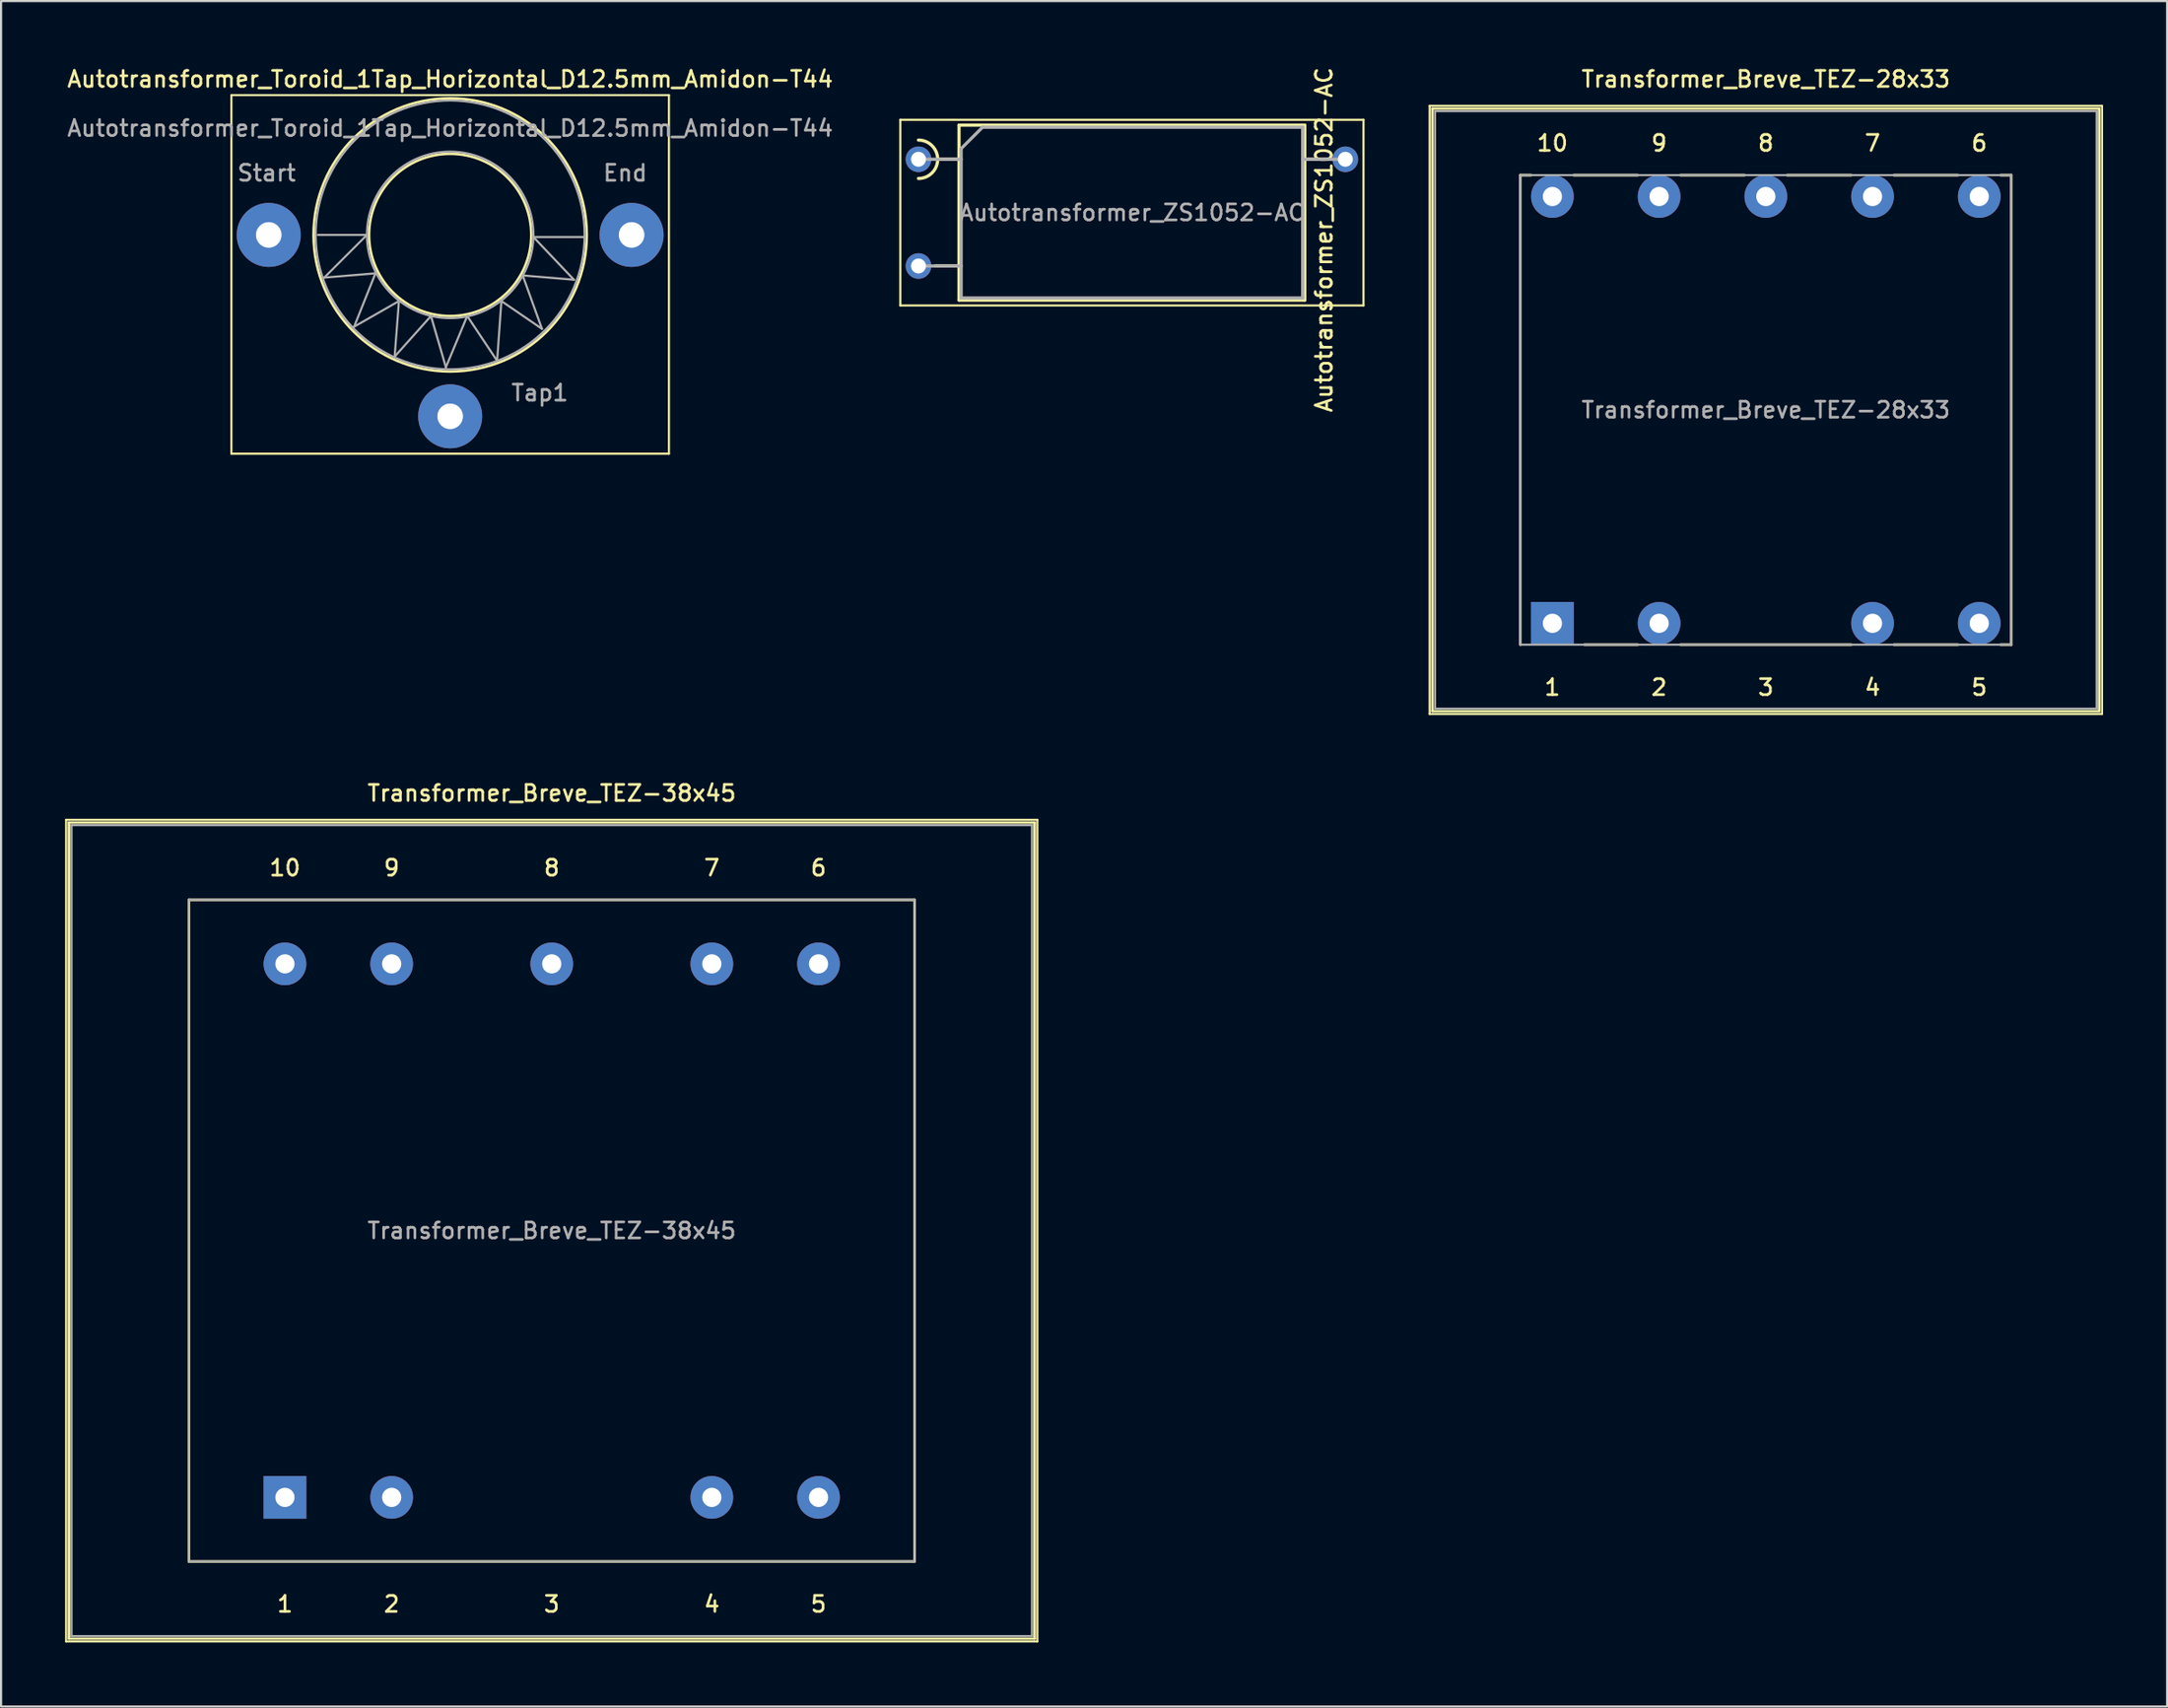
<source format=kicad_pcb>
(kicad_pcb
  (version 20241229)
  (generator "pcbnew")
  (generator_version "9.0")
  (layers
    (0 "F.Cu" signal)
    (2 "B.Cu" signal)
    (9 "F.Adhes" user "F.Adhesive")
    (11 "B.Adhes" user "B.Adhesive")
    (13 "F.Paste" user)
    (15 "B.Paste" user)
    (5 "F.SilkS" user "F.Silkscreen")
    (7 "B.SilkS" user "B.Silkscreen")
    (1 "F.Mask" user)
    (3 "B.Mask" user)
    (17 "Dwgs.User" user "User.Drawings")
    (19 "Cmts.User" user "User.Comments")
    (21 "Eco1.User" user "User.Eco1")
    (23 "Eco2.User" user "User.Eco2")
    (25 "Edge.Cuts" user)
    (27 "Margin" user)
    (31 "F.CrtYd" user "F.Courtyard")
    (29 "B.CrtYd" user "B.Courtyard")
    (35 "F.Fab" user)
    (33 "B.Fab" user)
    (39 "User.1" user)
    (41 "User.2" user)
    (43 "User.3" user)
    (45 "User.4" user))
  (footprint "Autotransformer_Toroid_1Tap_Horizontal_D12.5mm_Amidon-T44"
    (layer "F.Cu")
    (at 9.541 7.958)
    (property "Reference" "Autotransformer_Toroid_1Tap_Horizontal_D12.5mm_Amidon-T44" (at 8.5 -7.3 0) (layer "F.SilkS") (effects (font (size 0.75 0.75) (thickness 0.125))))
    (attr through_hole)
    (fp_line (start -1.75 -6.55) (end -1.75 10.25) (stroke (width 0.1) (type solid)) (layer "F.SilkS"))
    (fp_line (start -1.75 -6.55) (end 18.75 -6.55) (stroke (width 0.1) (type solid)) (layer "F.SilkS"))
    (fp_line (start 18.75 10.25) (end -1.75 10.25) (stroke (width 0.1) (type solid)) (layer "F.SilkS"))
    (fp_line (start 18.75 10.25) (end 18.75 -6.55) (stroke (width 0.1) (type solid)) (layer "F.SilkS"))
    (fp_circle (center 8.5 0) (end 12.3 0) (stroke (width 0.12) (type solid)) (fill no) (layer "F.SilkS"))
    (fp_circle (center 8.5 0) (end 14.9 0) (stroke (width 0.12) (type solid)) (fill no) (layer "F.SilkS"))
    (fp_line (start 2.3 0) (end 4.6 0) (stroke (width 0.1) (type solid)) (layer "F.Fab"))
    (fp_line (start 2.6 2) (end 5 1.8) (stroke (width 0.1) (type solid)) (layer "F.Fab"))
    (fp_line (start 4 4.3) (end 6.1 3.1) (stroke (width 0.1) (type solid)) (layer "F.Fab"))
    (fp_line (start 4.6 0) (end 2.6 2) (stroke (width 0.1) (type solid)) (layer "F.Fab"))
    (fp_line (start 5 1.8) (end 4 4.3) (stroke (width 0.1) (type solid)) (layer "F.Fab"))
    (fp_line (start 5.9 5.7) (end 7.6 3.8) (stroke (width 0.1) (type solid)) (layer "F.Fab"))
    (fp_line (start 6.1 3.1) (end 5.9 5.7) (stroke (width 0.1) (type solid)) (layer "F.Fab"))
    (fp_line (start 7.6 3.8) (end 8.3 6.2) (stroke (width 0.1) (type solid)) (layer "F.Fab"))
    (fp_line (start 8.3 6.2) (end 9.3 3.8) (stroke (width 0.1) (type solid)) (layer "F.Fab"))
    (fp_line (start 9.3 3.8) (end 10.7 5.9) (stroke (width 0.1) (type solid)) (layer "F.Fab"))
    (fp_line (start 10.7 5.9) (end 10.9 3.1) (stroke (width 0.1) (type solid)) (layer "F.Fab"))
    (fp_line (start 10.9 3.1) (end 12.8 4.4) (stroke (width 0.1) (type solid)) (layer "F.Fab"))
    (fp_line (start 11.9 1.9) (end 14.3 2.1) (stroke (width 0.1) (type solid)) (layer "F.Fab"))
    (fp_line (start 12.4 0.1) (end 14.8 0.1) (stroke (width 0.1) (type solid)) (layer "F.Fab"))
    (fp_line (start 12.8 4.4) (end 11.9 1.9) (stroke (width 0.1) (type solid)) (layer "F.Fab"))
    (fp_line (start 14.3 2.1) (end 12.4 0.1) (stroke (width 0.1) (type solid)) (layer "F.Fab"))
    (fp_circle (center 8.5 0) (end 12.4 0) (stroke (width 0.1) (type solid)) (fill no) (layer "F.Fab"))
    (fp_circle (center 8.5 0) (end 14.8 0) (stroke (width 0.1) (type solid)) (fill no) (layer "F.Fab"))
    (fp_text user "${REFERENCE}" (at 8.5 -5 0) (layer "F.Fab") (effects (font (size 0.75 0.75) (thickness 0.125))))
    (fp_text user "End" (at 16.7 -2.9 0) (layer "F.Fab") (effects (font (size 0.75 0.75) (thickness 0.125))))
    (fp_text user "Start" (at -0.1 -2.9 0) (layer "F.Fab") (effects (font (size 0.75 0.75) (thickness 0.125))))
    (fp_text user "Tap1" (at 12.7 7.4 0) (layer "F.Fab") (effects (font (size 0.75 0.75) (thickness 0.125))))
    (pad "1" thru_hole circle (at 0 0) (size 3 3) (drill 1.2) (layers "*.Cu" "*.Mask"))
    (pad "2" thru_hole circle (at 8.5 8.5) (size 3 3) (drill 1.2) (layers "*.Cu" "*.Mask"))
    (pad "3" thru_hole circle (at 17 0) (size 3 3) (drill 1.2) (layers "*.Cu" "*.Mask")))
  (footprint "Transformer_Breve_TEZ-38x45"
    (layer "F.Cu")
    (at 10.3 67.116)
    (property "Reference" "Transformer_Breve_TEZ-38x45" (at 12.5 -33 0) (layer "F.SilkS") (effects (font (size 0.75 0.75) (thickness 0.125))))
    (attr through_hole)
    (fp_line (start -10.25 -31.75) (end -10.25 6.75) (stroke (width 0.1) (type solid)) (layer "F.SilkS"))
    (fp_line (start -10.25 -31.75) (end 35.25 -31.75) (stroke (width 0.1) (type solid)) (layer "F.SilkS"))
    (fp_line (start -10.12 -31.62) (end -10.12 6.62) (stroke (width 0.12) (type solid)) (layer "F.SilkS"))
    (fp_line (start -10.12 -31.62) (end 35.12 -31.62) (stroke (width 0.12) (type solid)) (layer "F.SilkS"))
    (fp_line (start -4.5 -28) (end 29.5 -28) (stroke (width 0.12) (type solid)) (layer "F.SilkS"))
    (fp_line (start -4.5 3) (end -4.5 -28) (stroke (width 0.12) (type solid)) (layer "F.SilkS"))
    (fp_line (start 29.5 -28) (end 29.5 3) (stroke (width 0.12) (type solid)) (layer "F.SilkS"))
    (fp_line (start 29.5 3) (end -4.5 3) (stroke (width 0.12) (type solid)) (layer "F.SilkS"))
    (fp_line (start 35.12 6.62) (end -10.12 6.62) (stroke (width 0.12) (type solid)) (layer "F.SilkS"))
    (fp_line (start 35.12 6.62) (end 35.12 -31.62) (stroke (width 0.12) (type solid)) (layer "F.SilkS"))
    (fp_line (start 35.25 6.75) (end -10.25 6.75) (stroke (width 0.1) (type solid)) (layer "F.SilkS"))
    (fp_line (start 35.25 6.75) (end 35.25 -31.75) (stroke (width 0.1) (type solid)) (layer "F.SilkS"))
    (fp_line (start -10 -31.5) (end 35 -31.5) (stroke (width 0.1) (type solid)) (layer "F.Fab"))
    (fp_line (start -10 6.5) (end -10 -31.5) (stroke (width 0.1) (type solid)) (layer "F.Fab"))
    (fp_line (start -4.5 -28) (end 29.5 -28) (stroke (width 0.1) (type solid)) (layer "F.Fab"))
    (fp_line (start -4.5 3) (end -4.5 -28) (stroke (width 0.1) (type solid)) (layer "F.Fab"))
    (fp_line (start 29.5 -28) (end 29.5 3) (stroke (width 0.1) (type solid)) (layer "F.Fab"))
    (fp_line (start 29.5 3) (end -4.5 3) (stroke (width 0.1) (type solid)) (layer "F.Fab"))
    (fp_line (start 35 -31.5) (end 35 6.5) (stroke (width 0.1) (type solid)) (layer "F.Fab"))
    (fp_line (start 35 6.5) (end -10 6.5) (stroke (width 0.1) (type solid)) (layer "F.Fab"))
    (fp_text user "4" (at 20 5 0) (layer "F.SilkS") (effects (font (size 0.75 0.75) (thickness 0.125))))
    (fp_text user "6" (at 25 -29.5 0) (layer "F.SilkS") (effects (font (size 0.75 0.75) (thickness 0.125))))
    (fp_text user "2" (at 5 5 0) (layer "F.SilkS") (effects (font (size 0.75 0.75) (thickness 0.125))))
    (fp_text user "8" (at 12.5 -29.5 0) (layer "F.SilkS") (effects (font (size 0.75 0.75) (thickness 0.125))))
    (fp_text user "1" (at 0 5 0) (layer "F.SilkS") (effects (font (size 0.75 0.75) (thickness 0.125))))
    (fp_text user "10" (at 0 -29.5 0) (layer "F.SilkS") (effects (font (size 0.75 0.75) (thickness 0.125))))
    (fp_text user "5" (at 25 5 0) (layer "F.SilkS") (effects (font (size 0.75 0.75) (thickness 0.125))))
    (fp_text user "3" (at 12.5 5 0) (layer "F.SilkS") (effects (font (size 0.75 0.75) (thickness 0.125))))
    (fp_text user "9" (at 5 -29.5 0) (layer "F.SilkS") (effects (font (size 0.75 0.75) (thickness 0.125))))
    (fp_text user "7" (at 20 -29.5 0) (layer "F.SilkS") (effects (font (size 0.75 0.75) (thickness 0.125))))
    (fp_text user "${REFERENCE}" (at 12.5 -12.5 0) (layer "F.Fab") (effects (font (size 0.75 0.75) (thickness 0.125))))
    (pad "1" thru_hole rect (at 0 0) (size 2 2) (drill 0.9) (layers "*.Cu" "*.Mask"))
    (pad "2" thru_hole circle (at 5 0) (size 2 2) (drill 0.9) (layers "*.Cu" "*.Mask"))
    (pad "4" thru_hole circle (at 20 0) (size 2 2) (drill 0.9) (layers "*.Cu" "*.Mask"))
    (pad "5" thru_hole circle (at 25 0) (size 2 2) (drill 0.9) (layers "*.Cu" "*.Mask"))
    (pad "6" thru_hole circle (at 25 -25) (size 2 2) (drill 0.9) (layers "*.Cu" "*.Mask"))
    (pad "7" thru_hole circle (at 20 -25) (size 2 2) (drill 0.9) (layers "*.Cu" "*.Mask"))
    (pad "8" thru_hole circle (at 12.5 -25) (size 2 2) (drill 0.9) (layers "*.Cu" "*.Mask"))
    (pad "9" thru_hole circle (at 5 -25) (size 2 2) (drill 0.9) (layers "*.Cu" "*.Mask"))
    (pad "10" thru_hole circle (at 0 -25) (size 2 2) (drill 0.9) (layers "*.Cu" "*.Mask")))
  (footprint "Transformer_Breve_TEZ-28x33"
    (layer "F.Cu")
    (at 69.682 26.158)
    (property "Reference" "Transformer_Breve_TEZ-28x33" (at 10 -25.5 0) (layer "F.SilkS") (effects (font (size 0.75 0.75) (thickness 0.125))))
    (attr through_hole)
    (fp_line (start -5.75 -24.25) (end -5.75 4.25) (stroke (width 0.1) (type solid)) (layer "F.SilkS"))
    (fp_line (start -5.75 -24.25) (end 25.75 -24.25) (stroke (width 0.1) (type solid)) (layer "F.SilkS"))
    (fp_line (start -5.62 -24.12) (end -5.62 4.12) (stroke (width 0.12) (type solid)) (layer "F.SilkS"))
    (fp_line (start -5.62 -24.12) (end 25.62 -24.12) (stroke (width 0.12) (type solid)) (layer "F.SilkS"))
    (fp_line (start -1.5 -21) (end -1.5 1) (stroke (width 0.12) (type solid)) (layer "F.SilkS"))
    (fp_line (start -1 -21) (end -1.5 -21) (stroke (width 0.12) (type solid)) (layer "F.SilkS"))
    (fp_line (start 1.5 1) (end 4 1) (stroke (width 0.12) (type solid)) (layer "F.SilkS"))
    (fp_line (start 4 -21) (end 1 -21) (stroke (width 0.12) (type solid)) (layer "F.SilkS"))
    (fp_line (start 6 1) (end 14 1) (stroke (width 0.12) (type solid)) (layer "F.SilkS"))
    (fp_line (start 9 -21) (end 6 -21) (stroke (width 0.12) (type solid)) (layer "F.SilkS"))
    (fp_line (start 14 -21) (end 11 -21) (stroke (width 0.12) (type solid)) (layer "F.SilkS"))
    (fp_line (start 16 1) (end 19 1) (stroke (width 0.12) (type solid)) (layer "F.SilkS"))
    (fp_line (start 19 -21) (end 16 -21) (stroke (width 0.12) (type solid)) (layer "F.SilkS"))
    (fp_line (start 21 1) (end 21.5 1) (stroke (width 0.12) (type solid)) (layer "F.SilkS"))
    (fp_line (start 21.5 -21) (end 21 -21) (stroke (width 0.12) (type solid)) (layer "F.SilkS"))
    (fp_line (start 21.5 1) (end 21.5 -21) (stroke (width 0.12) (type solid)) (layer "F.SilkS"))
    (fp_line (start 25.62 4.12) (end -5.62 4.12) (stroke (width 0.12) (type solid)) (layer "F.SilkS"))
    (fp_line (start 25.62 4.12) (end 25.62 -24.12) (stroke (width 0.12) (type solid)) (layer "F.SilkS"))
    (fp_line (start 25.75 4.25) (end -5.75 4.25) (stroke (width 0.1) (type solid)) (layer "F.SilkS"))
    (fp_line (start 25.75 4.25) (end 25.75 -24.25) (stroke (width 0.1) (type solid)) (layer "F.SilkS"))
    (fp_line (start -5.5 -24) (end 25.5 -24) (stroke (width 0.1) (type solid)) (layer "F.Fab"))
    (fp_line (start -5.5 4) (end -5.5 -24) (stroke (width 0.1) (type solid)) (layer "F.Fab"))
    (fp_line (start -1.5 -21) (end -1.5 1) (stroke (width 0.1) (type solid)) (layer "F.Fab"))
    (fp_line (start -1.5 1) (end 21.5 1) (stroke (width 0.1) (type solid)) (layer "F.Fab"))
    (fp_line (start 21.5 -21) (end -1.5 -21) (stroke (width 0.1) (type solid)) (layer "F.Fab"))
    (fp_line (start 21.5 1) (end 21.5 -21) (stroke (width 0.1) (type solid)) (layer "F.Fab"))
    (fp_line (start 25.5 -24) (end 25.5 4) (stroke (width 0.1) (type solid)) (layer "F.Fab"))
    (fp_line (start 25.5 4) (end -5.5 4) (stroke (width 0.1) (type solid)) (layer "F.Fab"))
    (fp_text user "7" (at 15 -22.5 0) (layer "F.SilkS") (effects (font (size 0.75 0.75) (thickness 0.125))))
    (fp_text user "5" (at 20 3 0) (layer "F.SilkS") (effects (font (size 0.75 0.75) (thickness 0.125))))
    (fp_text user "3" (at 10 3 0) (layer "F.SilkS") (effects (font (size 0.75 0.75) (thickness 0.125))))
    (fp_text user "10" (at 0 -22.5 0) (layer "F.SilkS") (effects (font (size 0.75 0.75) (thickness 0.125))))
    (fp_text user "1" (at 0 3 0) (layer "F.SilkS") (effects (font (size 0.75 0.75) (thickness 0.125))))
    (fp_text user "2" (at 5 3 0) (layer "F.SilkS") (effects (font (size 0.75 0.75) (thickness 0.125))))
    (fp_text user "6" (at 20 -22.5 0) (layer "F.SilkS") (effects (font (size 0.75 0.75) (thickness 0.125))))
    (fp_text user "4" (at 15 3 0) (layer "F.SilkS") (effects (font (size 0.75 0.75) (thickness 0.125))))
    (fp_text user "8" (at 10 -22.5 0) (layer "F.SilkS") (effects (font (size 0.75 0.75) (thickness 0.125))))
    (fp_text user "9" (at 5 -22.5 0) (layer "F.SilkS") (effects (font (size 0.75 0.75) (thickness 0.125))))
    (fp_text user "${REFERENCE}" (at 10 -10 0) (layer "F.Fab") (effects (font (size 0.75 0.75) (thickness 0.125))))
    (pad "1" thru_hole rect (at 0 0) (size 2 2) (drill 0.9) (layers "*.Cu" "*.Mask"))
    (pad "2" thru_hole circle (at 5 0) (size 2 2) (drill 0.9) (layers "*.Cu" "*.Mask"))
    (pad "4" thru_hole circle (at 15 0) (size 2 2) (drill 0.9) (layers "*.Cu" "*.Mask"))
    (pad "5" thru_hole circle (at 20 0) (size 2 2) (drill 0.9) (layers "*.Cu" "*.Mask"))
    (pad "6" thru_hole circle (at 20 -20) (size 2 2) (drill 0.9) (layers "*.Cu" "*.Mask"))
    (pad "7" thru_hole circle (at 15 -20) (size 2 2) (drill 0.9) (layers "*.Cu" "*.Mask"))
    (pad "8" thru_hole circle (at 10 -20) (size 2 2) (drill 0.9) (layers "*.Cu" "*.Mask"))
    (pad "9" thru_hole circle (at 5 -20) (size 2 2) (drill 0.9) (layers "*.Cu" "*.Mask"))
    (pad "10" thru_hole circle (at 0 -20) (size 2 2) (drill 0.9) (layers "*.Cu" "*.Mask")))
  (footprint "Autotransformer_ZS1052-AC"
    (layer "F.Cu")
    (at 39.982 4.414)
    (property "Reference" "Autotransformer_ZS1052-AC" (at 19 3.77 90) (layer "F.SilkS") (effects (font (size 0.75 0.75) (thickness 0.125))))
    (attr through_hole)
    (fp_line (start -0.85 -1.85) (end -0.85 6.85) (stroke (width 0.1) (type solid)) (layer "F.SilkS"))
    (fp_line (start -0.85 6.85) (end 20.85 6.85) (stroke (width 0.1) (type solid)) (layer "F.SilkS"))
    (fp_line (start 0.8 5) (end 1.9 5) (stroke (width 0.15) (type solid)) (layer "F.SilkS"))
    (fp_line (start 0.9 0) (end 1.9 0) (stroke (width 0.15) (type solid)) (layer "F.SilkS"))
    (fp_line (start 1.9 -1.6) (end 1.9 6.6) (stroke (width 0.15) (type solid)) (layer "F.SilkS"))
    (fp_line (start 1.9 6.6) (end 18.1 6.6) (stroke (width 0.15) (type solid)) (layer "F.SilkS"))
    (fp_line (start 18.1 -1.6) (end 1.9 -1.6) (stroke (width 0.15) (type solid)) (layer "F.SilkS"))
    (fp_line (start 18.1 6.6) (end 18.1 -1.6) (stroke (width 0.15) (type solid)) (layer "F.SilkS"))
    (fp_line (start 19.2 0) (end 18.1 0) (stroke (width 0.15) (type solid)) (layer "F.SilkS"))
    (fp_line (start 20.85 -1.85) (end -0.85 -1.85) (stroke (width 0.1) (type solid)) (layer "F.SilkS"))
    (fp_line (start 20.85 6.85) (end 20.85 -1.85) (stroke (width 0.1) (type solid)) (layer "F.SilkS"))
    (fp_arc (start 0 -0.9) (mid 0.9 0) (end 0 0.9) (stroke (width 0.15) (type solid)) (layer "F.SilkS"))
    (fp_line (start 0 0) (end 2 0) (stroke (width 0.15) (type solid)) (layer "F.Fab"))
    (fp_line (start 0 5) (end 2 5) (stroke (width 0.15) (type solid)) (layer "F.Fab"))
    (fp_line (start 2 -0.5) (end 2 6.5) (stroke (width 0.15) (type solid)) (layer "F.Fab"))
    (fp_line (start 2 -0.5) (end 3 -1.5) (stroke (width 0.15) (type solid)) (layer "F.Fab"))
    (fp_line (start 2 6.5) (end 18 6.5) (stroke (width 0.15) (type solid)) (layer "F.Fab"))
    (fp_line (start 18 -1.5) (end 3 -1.5) (stroke (width 0.15) (type solid)) (layer "F.Fab"))
    (fp_line (start 18 6.5) (end 18 -1.5) (stroke (width 0.15) (type solid)) (layer "F.Fab"))
    (fp_line (start 20 0) (end 18 0) (stroke (width 0.15) (type solid)) (layer "F.Fab"))
    (fp_text user "${REFERENCE}" (at 10 2.5 0) (layer "F.Fab") (effects (font (size 0.75 0.75) (thickness 0.125))))
    (pad "1" thru_hole circle (at 0 0 270) (size 1.2 1.2) (drill 0.7) (layers "*.Cu" "*.Mask"))
    (pad "2" thru_hole circle (at 20 0 270) (size 1.2 1.2) (drill 0.7) (layers "*.Cu" "*.Mask"))
    (pad "3" thru_hole circle (at 0 5 270) (size 1.2 1.2) (drill 0.7) (layers "*.Cu" "*.Mask")))
  (gr_rect
    (start -3 -3)
    (end 98.482 76.916)
    (stroke (width 0.1) (type default))
    (fill no)
    (layer "Edge.Cuts")))
</source>
